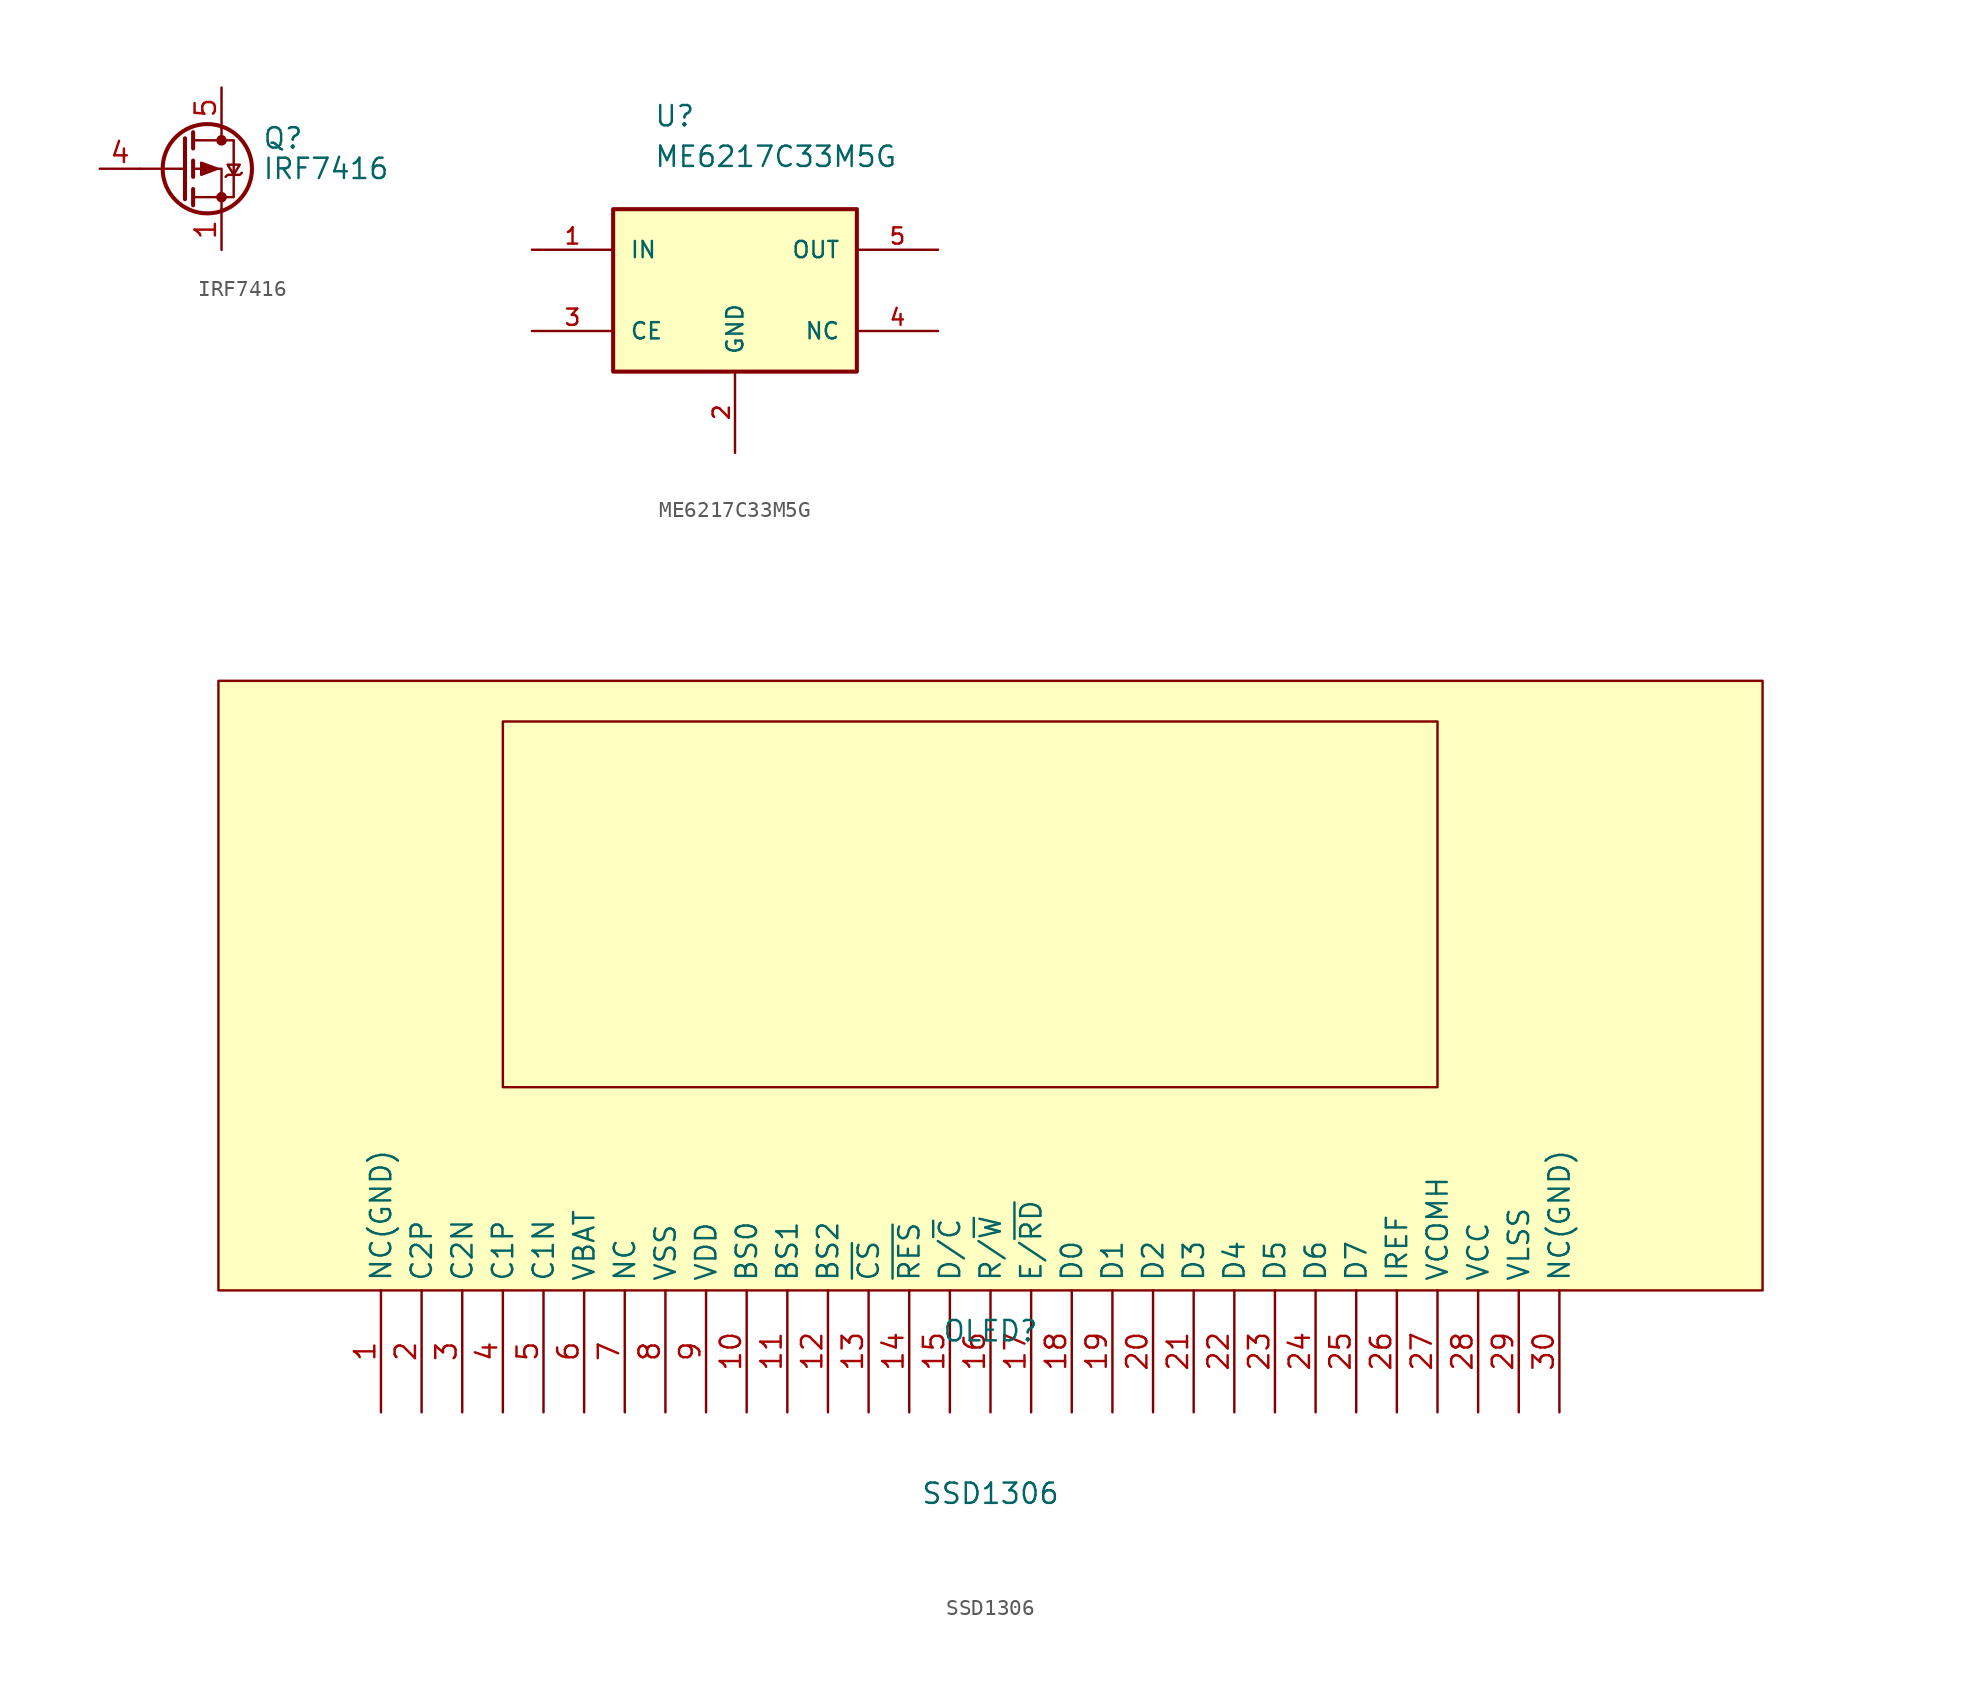
<source format=kicad_sym>
(kicad_symbol_lib
  (version 20231120)
  (generator "kicad_symbol_editor")
  (generator_version "8.0")
  (symbol "IRF7416"
    (pin_names hide)
    (property "Reference" "Q"
      (at 5.08 1.905 0)
      (effects (font (size 1.27 1.27)) (justify left)))
    (property "Value" "IRF7416"
      (at 5.08 0 0)
      (effects (font (size 1.27 1.27)) (justify left)))
    (symbol "IRF7416_0_1"
      (polyline (pts (xy 0.254 0) (xy -2.54 0)) (stroke (width 0) (type default)) (fill (type none)))
      (polyline (pts (xy 0.254 1.905) (xy 0.254 -1.905)) (stroke (width 0.254) (type default)) (fill (type none)))
      (polyline (pts (xy 0.762 -1.27) (xy 0.762 -2.286)) (stroke (width 0.254) (type default)) (fill (type none)))
      (polyline (pts (xy 0.762 0.508) (xy 0.762 -0.508)) (stroke (width 0.254) (type default)) (fill (type none)))
      (polyline (pts (xy 0.762 2.286) (xy 0.762 1.27)) (stroke (width 0.254) (type default)) (fill (type none)))
      (polyline (pts (xy 2.54 2.54) (xy 2.54 1.778)) (stroke (width 0) (type default)) (fill (type none)))
      (polyline (pts (xy 2.54 -2.54) (xy 2.54 0) (xy 0.762 0)) (stroke (width 0) (type default)) (fill (type none)))
      (polyline (pts (xy 0.762 1.778) (xy 3.302 1.778) (xy 3.302 -1.778) (xy 0.762 -1.778)) (stroke (width 0) (type default)) (fill (type none)))
      (polyline (pts (xy 2.286 0) (xy 1.27 0.381) (xy 1.27 -0.381) (xy 2.286 0)) (stroke (width 0) (type default)) (fill (type outline)))
      (polyline (pts (xy 2.794 -0.508) (xy 2.921 -0.381) (xy 3.683 -0.381) (xy 3.81 -0.254)) (stroke (width 0) (type default)) (fill (type none)))
      (polyline (pts (xy 3.302 -0.381) (xy 2.921 0.254) (xy 3.683 0.254) (xy 3.302 -0.381)) (stroke (width 0) (type default)) (fill (type none)))
      (circle (center 1.651 0) (radius 2.794) (stroke (width 0.254) (type default)) (fill (type none)))
      (circle (center 2.54 -1.778) (radius 0.254) (stroke (width 0) (type default)) (fill (type outline)))
      (circle (center 2.54 1.778) (radius 0.254) (stroke (width 0) (type default)) (fill (type outline))))
    (symbol "IRF7416_1_1"
      (pin passive line (at 2.54 -5.08 90) (length 2.54) (name "S" (effects (font (size 1.27 1.27)))) (number "1" (effects (font (size 1.27 1.27)))))
      (pin passive line (at 2.54 -5.08 90) (length 2.54) hide (name "S" (effects (font (size 1.27 1.27)))) (number "2" (effects (font (size 1.27 1.27)))))
      (pin passive line (at 2.54 -5.08 90) (length 2.54) hide (name "S" (effects (font (size 1.27 1.27)))) (number "3" (effects (font (size 1.27 1.27)))))
      (pin passive line (at -5.08 0 0) (length 2.54) (name "G" (effects (font (size 1.27 1.27)))) (number "4" (effects (font (size 1.27 1.27)))))
      (pin passive line (at 2.54 5.08 270) (length 2.54) (name "D" (effects (font (size 1.27 1.27)))) (number "5" (effects (font (size 1.27 1.27)))))
      (pin passive line (at 2.54 5.08 270) (length 2.54) hide (name "D" (effects (font (size 1.27 1.27)))) (number "6" (effects (font (size 1.27 1.27)))))
      (pin passive line (at 2.54 5.08 270) (length 2.54) hide (name "D" (effects (font (size 1.27 1.27)))) (number "7" (effects (font (size 1.27 1.27)))))
      (pin passive line (at 2.54 5.08 270) (length 2.54) hide (name "D" (effects (font (size 1.27 1.27)))) (number "8" (effects (font (size 1.27 1.27)))))))
  (symbol "ME6217C33M5G"
    (pin_names
      (offset 1.016))
    (property "Reference" "U"
      (at -5.08 10.16 0)
      (effects (font (size 1.27 1.27)) (justify left bottom)))
    (property "Value" "ME6217C33M5G"
      (at -5.08 7.62 0)
      (effects (font (size 1.27 1.27)) (justify left bottom)))
    (symbol "ME6217C33M5G_0_0"
      (rectangle (start -7.62 5.08) (end 7.62 -5.08) (stroke (width 0.254) (type default)) (fill (type background)))
      (pin bidirectional line (at -12.7 2.54 0) (length 5.08) (name "IN" (effects (font (size 1.016 1.016)))) (number "1" (effects (font (size 1.016 1.016)))))
      (pin bidirectional line (at 0 -10.16 90) (length 5.08) (name "GND" (effects (font (size 1.016 1.016)))) (number "2" (effects (font (size 1.016 1.016)))))
      (pin bidirectional line (at -12.7 -2.54 0) (length 5.08) (name "CE" (effects (font (size 1.016 1.016)))) (number "3" (effects (font (size 1.016 1.016)))))
      (pin bidirectional line (at 12.7 -2.54 180) (length 5.08) (name "NC" (effects (font (size 1.016 1.016)))) (number "4" (effects (font (size 1.016 1.016)))))
      (pin bidirectional line (at 12.7 2.54 180) (length 5.08) (name "OUT" (effects (font (size 1.016 1.016)))) (number "5" (effects (font (size 1.016 1.016)))))))
  (symbol "SSD1306"
    (property "Reference" "OLED"
      (at 0 -17.78 0)
      (effects (font (size 1.27 1.27))))
    (property "Value" "SSD1306"
      (at 0 -27.94 0)
      (effects (font (size 1.27 1.27))))
    (symbol "SSD1306_0_1"
      (rectangle (start -48.26 22.86) (end 48.26 -15.24) (stroke (width 0) (type default)) (fill (type background)))
      (rectangle (start -30.48 20.32) (end 27.94 -2.54) (stroke (width 0) (type default)) (fill (type background)))
      (pin power_in line (at -38.1 -22.86 90) (length 7.62) (name "NC(GND)" (effects (font (size 1.27 1.27)))) (number "1" (effects (font (size 1.27 1.27)))))
      (pin power_in line (at -15.24 -22.86 90) (length 7.62) (name "BS0" (effects (font (size 1.27 1.27)))) (number "10" (effects (font (size 1.27 1.27)))))
      (pin power_in line (at -12.7 -22.86 90) (length 7.62) (name "BS1" (effects (font (size 1.27 1.27)))) (number "11" (effects (font (size 1.27 1.27)))))
      (pin power_in line (at -10.16 -22.86 90) (length 7.62) (name "BS2" (effects (font (size 1.27 1.27)))) (number "12" (effects (font (size 1.27 1.27)))))
      (pin power_in line (at -7.62 -22.86 90) (length 7.62) (name "~{CS}" (effects (font (size 1.27 1.27)))) (number "13" (effects (font (size 1.27 1.27)))))
      (pin power_in line (at -5.08 -22.86 90) (length 7.62) (name "~{RES}" (effects (font (size 1.27 1.27)))) (number "14" (effects (font (size 1.27 1.27)))))
      (pin power_in line (at -2.54 -22.86 90) (length 7.62) (name "D/~{C}" (effects (font (size 1.27 1.27)))) (number "15" (effects (font (size 1.27 1.27)))))
      (pin power_in line (at 0 -22.86 90) (length 7.62) (name "R/~{W}" (effects (font (size 1.27 1.27)))) (number "16" (effects (font (size 1.27 1.27)))))
      (pin power_in line (at 2.54 -22.86 90) (length 7.62) (name "E/~{RD}" (effects (font (size 1.27 1.27)))) (number "17" (effects (font (size 1.27 1.27)))))
      (pin power_in line (at 5.08 -22.86 90) (length 7.62) (name "D0" (effects (font (size 1.27 1.27)))) (number "18" (effects (font (size 1.27 1.27)))))
      (pin power_in line (at 7.62 -22.86 90) (length 7.62) (name "D1" (effects (font (size 1.27 1.27)))) (number "19" (effects (font (size 1.27 1.27)))))
      (pin power_in line (at -35.56 -22.86 90) (length 7.62) (name "C2P" (effects (font (size 1.27 1.27)))) (number "2" (effects (font (size 1.27 1.27)))))
      (pin power_in line (at 10.16 -22.86 90) (length 7.62) (name "D2" (effects (font (size 1.27 1.27)))) (number "20" (effects (font (size 1.27 1.27)))))
      (pin power_in line (at 12.7 -22.86 90) (length 7.62) (name "D3" (effects (font (size 1.27 1.27)))) (number "21" (effects (font (size 1.27 1.27)))))
      (pin power_in line (at 15.24 -22.86 90) (length 7.62) (name "D4" (effects (font (size 1.27 1.27)))) (number "22" (effects (font (size 1.27 1.27)))))
      (pin power_in line (at 17.78 -22.86 90) (length 7.62) (name "D5" (effects (font (size 1.27 1.27)))) (number "23" (effects (font (size 1.27 1.27)))))
      (pin power_in line (at 20.32 -22.86 90) (length 7.62) (name "D6" (effects (font (size 1.27 1.27)))) (number "24" (effects (font (size 1.27 1.27)))))
      (pin power_in line (at 22.86 -22.86 90) (length 7.62) (name "D7" (effects (font (size 1.27 1.27)))) (number "25" (effects (font (size 1.27 1.27)))))
      (pin power_in line (at 25.4 -22.86 90) (length 7.62) (name "IREF" (effects (font (size 1.27 1.27)))) (number "26" (effects (font (size 1.27 1.27)))))
      (pin power_in line (at 27.94 -22.86 90) (length 7.62) (name "VCOMH" (effects (font (size 1.27 1.27)))) (number "27" (effects (font (size 1.27 1.27)))))
      (pin power_in line (at 30.48 -22.86 90) (length 7.62) (name "VCC" (effects (font (size 1.27 1.27)))) (number "28" (effects (font (size 1.27 1.27)))))
      (pin power_in line (at 33.02 -22.86 90) (length 7.62) (name "VLSS" (effects (font (size 1.27 1.27)))) (number "29" (effects (font (size 1.27 1.27)))))
      (pin power_in line (at -33.02 -22.86 90) (length 7.62) (name "C2N" (effects (font (size 1.27 1.27)))) (number "3" (effects (font (size 1.27 1.27)))))
      (pin power_in line (at 35.56 -22.86 90) (length 7.62) (name "NC(GND)" (effects (font (size 1.27 1.27)))) (number "30" (effects (font (size 1.27 1.27)))))
      (pin power_in line (at -30.48 -22.86 90) (length 7.62) (name "C1P" (effects (font (size 1.27 1.27)))) (number "4" (effects (font (size 1.27 1.27)))))
      (pin power_in line (at -27.94 -22.86 90) (length 7.62) (name "C1N" (effects (font (size 1.27 1.27)))) (number "5" (effects (font (size 1.27 1.27)))))
      (pin power_in line (at -25.4 -22.86 90) (length 7.62) (name "VBAT" (effects (font (size 1.27 1.27)))) (number "6" (effects (font (size 1.27 1.27)))))
      (pin power_in line (at -22.86 -22.86 90) (length 7.62) (name "NC" (effects (font (size 1.27 1.27)))) (number "7" (effects (font (size 1.27 1.27)))))
      (pin power_in line (at -20.32 -22.86 90) (length 7.62) (name "VSS" (effects (font (size 1.27 1.27)))) (number "8" (effects (font (size 1.27 1.27)))))
      (pin power_in line (at -17.78 -22.86 90) (length 7.62) (name "VDD" (effects (font (size 1.27 1.27)))) (number "9" (effects (font (size 1.27 1.27))))))))
</source>
